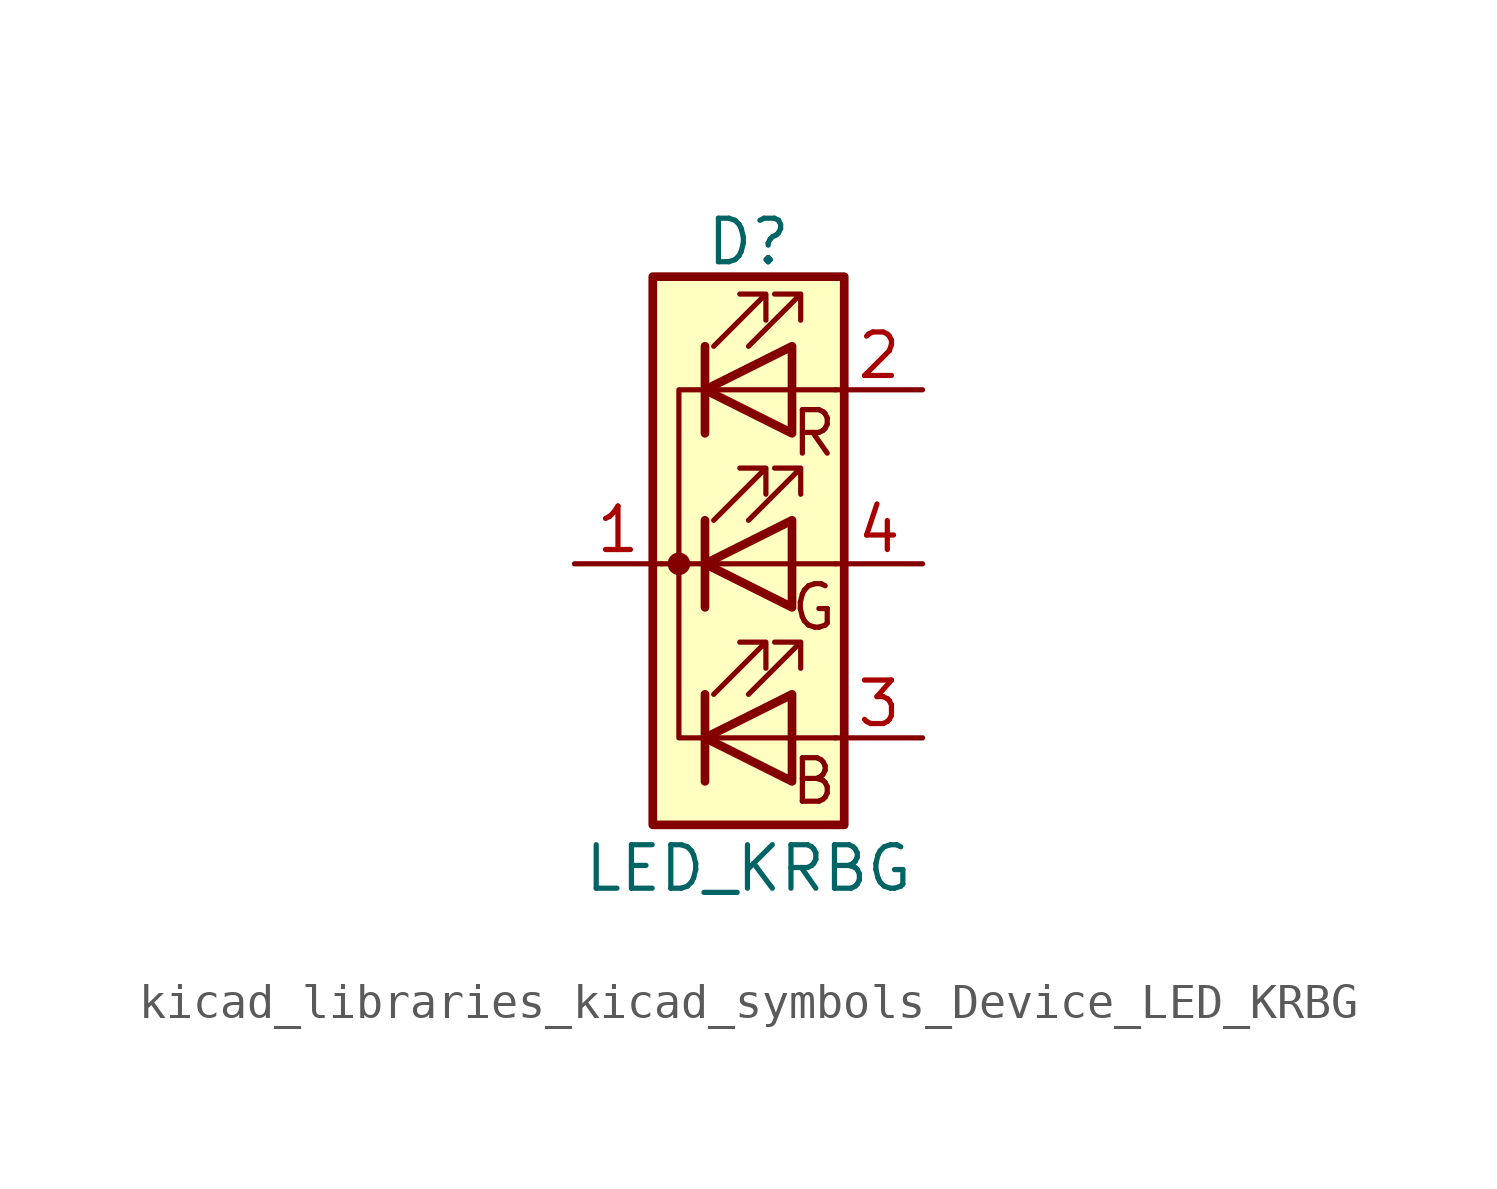
<source format=kicad_sym>
(kicad_symbol_lib
  (version 20220914)
  (generator kicad_symbol_editor)
  (symbol "kicad_libraries_kicad_symbols_Device_LED_KRBG"
    (pin_names
      (offset 0) hide)
    (property "Reference" "D"
      (at 0 9.398 0)
      (effects (font (size 1.27 1.27))))
    (property "Value" "LED_KRBG"
      (at 0 -8.89 0)
      (effects (font (size 1.27 1.27))))
    (symbol "kicad_libraries_kicad_symbols_Device_LED_KRBG_0_0"
      (text "B" (at 1.905 -6.35 0) (effects (font (size 1.27 1.27))))
      (text "G" (at 1.905 -1.27 0) (effects (font (size 1.27 1.27))))
      (text "R" (at 1.905 3.81 0) (effects (font (size 1.27 1.27)))))
    (symbol "kicad_libraries_kicad_symbols_Device_LED_KRBG_0_1"
      (circle (center -2.032 0) (radius 0.254) (stroke (width 0) (type default)) (fill (type outline)))
      (polyline (pts (xy -1.27 -5.08) (xy 1.27 -5.08)) (stroke (width 0) (type default)) (fill (type none)))
      (polyline (pts (xy -1.27 -3.81) (xy -1.27 -6.35)) (stroke (width 0.254) (type default)) (fill (type none)))
      (polyline (pts (xy -1.27 0) (xy -2.54 0)) (stroke (width 0) (type default)) (fill (type none)))
      (polyline (pts (xy -1.27 1.27) (xy -1.27 -1.27)) (stroke (width 0.254) (type default)) (fill (type none)))
      (polyline (pts (xy -1.27 5.08) (xy 1.27 5.08)) (stroke (width 0) (type default)) (fill (type none)))
      (polyline (pts (xy -1.27 6.35) (xy -1.27 3.81)) (stroke (width 0.254) (type default)) (fill (type none)))
      (polyline (pts (xy 1.27 -5.08) (xy 2.54 -5.08)) (stroke (width 0) (type default)) (fill (type none)))
      (polyline (pts (xy 1.27 0) (xy -1.27 0)) (stroke (width 0) (type default)) (fill (type none)))
      (polyline (pts (xy 1.27 0) (xy 2.54 0)) (stroke (width 0) (type default)) (fill (type none)))
      (polyline (pts (xy 1.27 5.08) (xy 2.54 5.08)) (stroke (width 0) (type default)) (fill (type none)))
      (polyline (pts (xy -1.27 1.27) (xy -1.27 -1.27) (xy -1.27 -1.27)) (stroke (width 0) (type default)) (fill (type none)))
      (polyline (pts (xy -1.27 6.35) (xy -1.27 3.81) (xy -1.27 3.81)) (stroke (width 0) (type default)) (fill (type none)))
      (polyline (pts (xy -1.27 5.08) (xy -2.032 5.08) (xy -2.032 -5.08) (xy -1.016 -5.08)) (stroke (width 0) (type default)) (fill (type none)))
      (polyline (pts (xy 1.27 -3.81) (xy 1.27 -6.35) (xy -1.27 -5.08) (xy 1.27 -3.81)) (stroke (width 0.254) (type default)) (fill (type none)))
      (polyline (pts (xy 1.27 1.27) (xy 1.27 -1.27) (xy -1.27 0) (xy 1.27 1.27)) (stroke (width 0.254) (type default)) (fill (type none)))
      (polyline (pts (xy 1.27 6.35) (xy 1.27 3.81) (xy -1.27 5.08) (xy 1.27 6.35)) (stroke (width 0.254) (type default)) (fill (type none)))
      (polyline (pts (xy -1.016 -3.81) (xy 0.508 -2.286) (xy -0.254 -2.286) (xy 0.508 -2.286) (xy 0.508 -3.048)) (stroke (width 0) (type default)) (fill (type none)))
      (polyline (pts (xy -1.016 1.27) (xy 0.508 2.794) (xy -0.254 2.794) (xy 0.508 2.794) (xy 0.508 2.032)) (stroke (width 0) (type default)) (fill (type none)))
      (polyline (pts (xy -1.016 6.35) (xy 0.508 7.874) (xy -0.254 7.874) (xy 0.508 7.874) (xy 0.508 7.112)) (stroke (width 0) (type default)) (fill (type none)))
      (polyline (pts (xy 0 -3.81) (xy 1.524 -2.286) (xy 0.762 -2.286) (xy 1.524 -2.286) (xy 1.524 -3.048)) (stroke (width 0) (type default)) (fill (type none)))
      (polyline (pts (xy 0 1.27) (xy 1.524 2.794) (xy 0.762 2.794) (xy 1.524 2.794) (xy 1.524 2.032)) (stroke (width 0) (type default)) (fill (type none)))
      (polyline (pts (xy 0 6.35) (xy 1.524 7.874) (xy 0.762 7.874) (xy 1.524 7.874) (xy 1.524 7.112)) (stroke (width 0) (type default)) (fill (type none)))
      (rectangle (start 1.27 -1.27) (end 1.27 1.27) (stroke (width 0) (type default)) (fill (type none)))
      (rectangle (start 1.27 1.27) (end 1.27 1.27) (stroke (width 0) (type default)) (fill (type none)))
      (rectangle (start 1.27 3.81) (end 1.27 6.35) (stroke (width 0) (type default)) (fill (type none)))
      (rectangle (start 1.27 6.35) (end 1.27 6.35) (stroke (width 0) (type default)) (fill (type none)))
      (rectangle (start 2.794 8.382) (end -2.794 -7.62) (stroke (width 0.254) (type default)) (fill (type background))))
    (symbol "kicad_libraries_kicad_symbols_Device_LED_KRBG_1_1"
      (pin passive line (at -5.08 0 0) (length 2.54) (name "K" (effects (font (size 1.27 1.27)))) (number "1" (effects (font (size 1.27 1.27)))))
      (pin passive line (at 5.08 5.08 180) (length 2.54) (name "RA" (effects (font (size 1.27 1.27)))) (number "2" (effects (font (size 1.27 1.27)))))
      (pin passive line (at 5.08 -5.08 180) (length 2.54) (name "BA" (effects (font (size 1.27 1.27)))) (number "3" (effects (font (size 1.27 1.27)))))
      (pin passive line (at 5.08 0 180) (length 2.54) (name "GA" (effects (font (size 1.27 1.27)))) (number "4" (effects (font (size 1.27 1.27))))))))
</source>
